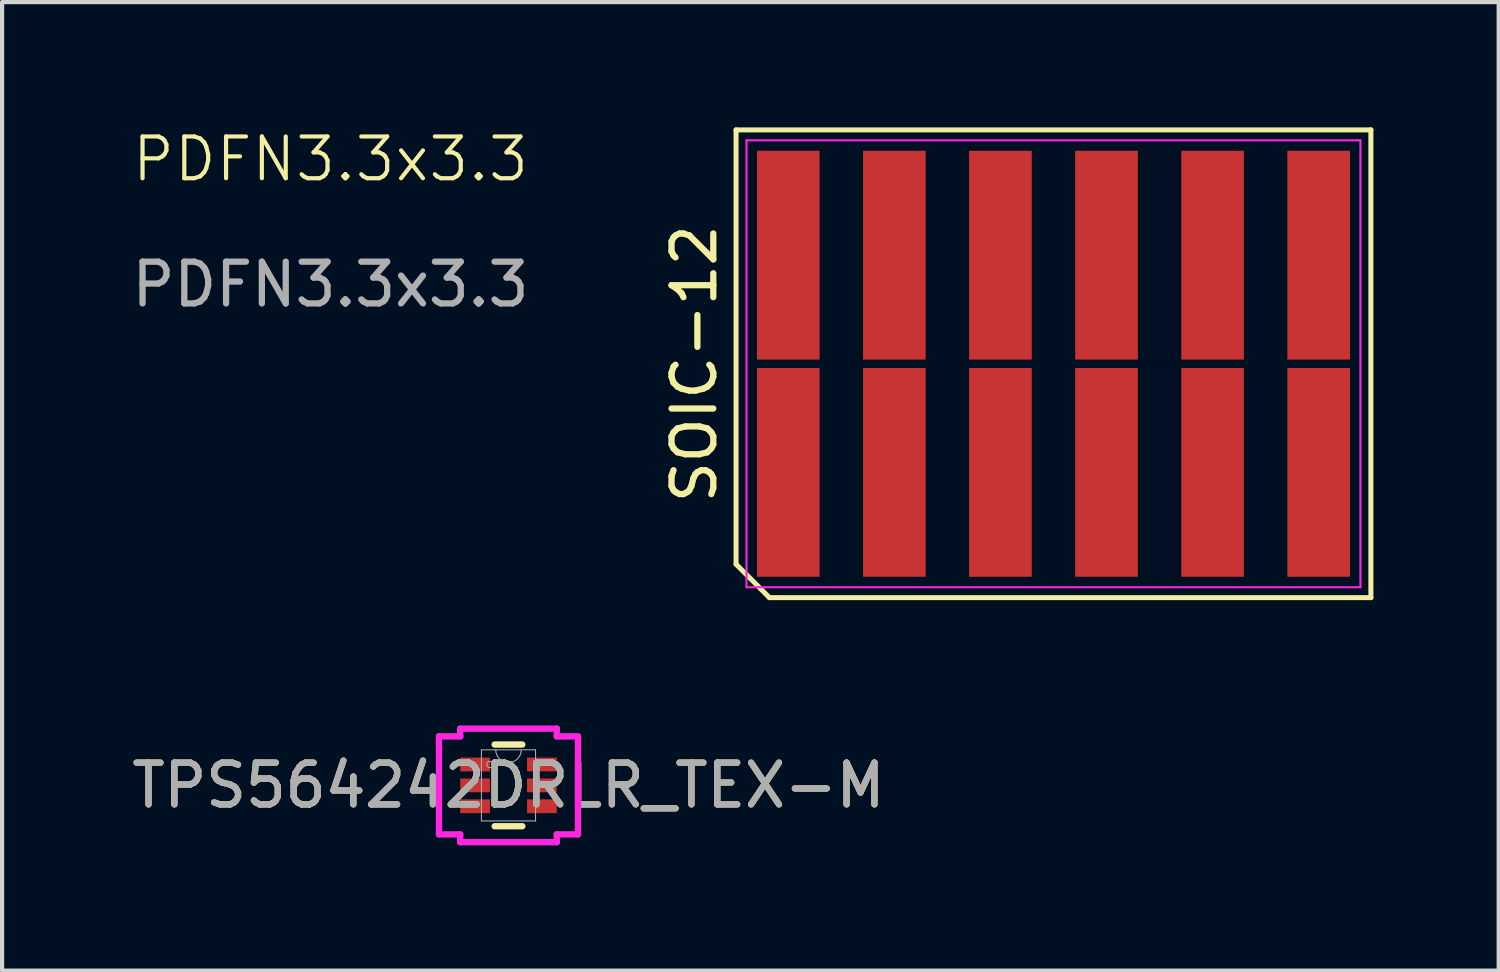
<source format=kicad_pcb>
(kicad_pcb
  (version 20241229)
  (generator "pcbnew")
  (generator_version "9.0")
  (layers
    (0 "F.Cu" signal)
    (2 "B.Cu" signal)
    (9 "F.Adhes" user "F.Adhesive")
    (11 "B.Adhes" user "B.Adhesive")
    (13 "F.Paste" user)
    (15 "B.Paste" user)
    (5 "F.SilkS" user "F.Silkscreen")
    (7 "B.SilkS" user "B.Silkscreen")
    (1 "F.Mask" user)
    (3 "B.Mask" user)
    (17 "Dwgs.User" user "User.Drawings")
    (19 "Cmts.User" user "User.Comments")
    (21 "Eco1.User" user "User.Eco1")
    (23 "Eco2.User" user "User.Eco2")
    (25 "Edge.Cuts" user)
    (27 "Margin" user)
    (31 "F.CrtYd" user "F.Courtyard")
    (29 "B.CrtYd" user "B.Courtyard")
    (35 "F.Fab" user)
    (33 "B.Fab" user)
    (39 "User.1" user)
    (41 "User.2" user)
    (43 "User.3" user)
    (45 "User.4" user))
  (footprint "TPS564242DRLR_TEX-M"
    (layer "F.Cu")
    (at 9.125 15.755)
    (property "Reference" "TPS564242DRLR_TEX-M" (at 0 0 0) (unlocked yes) (layer "F.SilkS") (effects (font (size 1 1) (thickness 0.15))))
    (attr smd)
    (fp_line (start -0.331 0.978) (end 0.331 0.978) (stroke (width 0.152) (type solid)) (layer "F.SilkS"))
    (fp_line (start 0.331 -0.978) (end -0.331 -0.978) (stroke (width 0.152) (type solid)) (layer "F.SilkS"))
    (fp_line (start -1.664 -1.173) (end -1.156 -1.173) (stroke (width 0.152) (type solid)) (layer "F.CrtYd"))
    (fp_line (start -1.664 1.173) (end -1.664 -1.173) (stroke (width 0.152) (type solid)) (layer "F.CrtYd"))
    (fp_line (start -1.156 -1.359) (end 1.156 -1.359) (stroke (width 0.152) (type solid)) (layer "F.CrtYd"))
    (fp_line (start -1.156 -1.173) (end -1.156 -1.359) (stroke (width 0.152) (type solid)) (layer "F.CrtYd"))
    (fp_line (start -1.156 1.173) (end -1.664 1.173) (stroke (width 0.152) (type solid)) (layer "F.CrtYd"))
    (fp_line (start -1.156 1.359) (end -1.156 1.173) (stroke (width 0.152) (type solid)) (layer "F.CrtYd"))
    (fp_line (start 1.156 -1.359) (end 1.156 -1.173) (stroke (width 0.152) (type solid)) (layer "F.CrtYd"))
    (fp_line (start 1.156 -1.173) (end 1.664 -1.173) (stroke (width 0.152) (type solid)) (layer "F.CrtYd"))
    (fp_line (start 1.156 1.173) (end 1.156 1.359) (stroke (width 0.152) (type solid)) (layer "F.CrtYd"))
    (fp_line (start 1.156 1.359) (end -1.156 1.359) (stroke (width 0.152) (type solid)) (layer "F.CrtYd"))
    (fp_line (start 1.664 -1.173) (end 1.664 1.173) (stroke (width 0.152) (type solid)) (layer "F.CrtYd"))
    (fp_line (start 1.664 1.173) (end 1.156 1.173) (stroke (width 0.152) (type solid)) (layer "F.CrtYd"))
    (fp_line (start -0.648 -0.851) (end -0.648 0.851) (stroke (width 0.025) (type solid)) (layer "F.Fab"))
    (fp_line (start -0.648 0.851) (end 0.648 0.851) (stroke (width 0.025) (type solid)) (layer "F.Fab"))
    (fp_line (start 0.648 -0.851) (end -0.648 -0.851) (stroke (width 0.025) (type solid)) (layer "F.Fab"))
    (fp_line (start 0.648 0.851) (end 0.648 -0.851) (stroke (width 0.025) (type solid)) (layer "F.Fab"))
    (fp_arc (start 0.3048 -0.8509) (mid 0 -0.5461) (end -0.3048 -0.8509) (stroke (width 0.0254) (type solid)) (layer "F.Fab"))
    (fp_circle (center -0.445 -0.5) (end -0.368 -0.5) (stroke (width 0.025) (type solid)) (fill no) (layer "F.Fab"))
    (fp_text user "${REFERENCE}" (at 0 0 0) (unlocked yes) (layer "F.Fab") (effects (font (size 1 1) (thickness 0.15))))
    (pad "1" smd rect (at -0.8 -0.5) (size 0.711 0.33) (layers "F.Cu" "F.Mask" "F.Paste"))
    (pad "2" smd rect (at -0.8 0) (size 0.711 0.33) (layers "F.Cu" "F.Mask" "F.Paste"))
    (pad "3" smd rect (at -0.8 0.5) (size 0.711 0.33) (layers "F.Cu" "F.Mask" "F.Paste"))
    (pad "4" smd rect (at 0.8 0.5) (size 0.711 0.33) (layers "F.Cu" "F.Mask" "F.Paste"))
    (pad "5" smd rect (at 0.8 0) (size 0.711 0.33) (layers "F.Cu" "F.Mask" "F.Paste"))
    (pad "6" smd rect (at 0.8 -0.5) (size 0.711 0.33) (layers "F.Cu" "F.Mask" "F.Paste")))
  (footprint "SOIC-12"
    (layer "F.Cu")
    (at 22.174 5.66)
    (property "Reference" "SOIC-12" (at -8.6 0 90) (layer "F.SilkS") (effects (font (size 1 1) (thickness 0.15))))
    (attr smd)
    (fp_line (start -7.6 -5.6) (end 7.6 -5.6) (stroke (width 0.12) (type default)) (layer "F.SilkS"))
    (fp_line (start -7.6 4.8) (end -7.6 -5.6) (stroke (width 0.12) (type default)) (layer "F.SilkS"))
    (fp_line (start -6.8 5.6) (end -7.6 4.8) (stroke (width 0.12) (type default)) (layer "F.SilkS"))
    (fp_line (start 7.6 -5.6) (end 7.6 5.6) (stroke (width 0.12) (type default)) (layer "F.SilkS"))
    (fp_line (start 7.6 5.6) (end -6.8 5.6) (stroke (width 0.12) (type default)) (layer "F.SilkS"))
    (fp_line (start -7.35 -5.35) (end 7.35 -5.35) (stroke (width 0.05) (type default)) (layer "F.CrtYd"))
    (fp_line (start -7.35 5.35) (end -7.35 -5.35) (stroke (width 0.05) (type default)) (layer "F.CrtYd"))
    (fp_line (start 7.35 -5.35) (end 7.35 5.35) (stroke (width 0.05) (type default)) (layer "F.CrtYd"))
    (fp_line (start 7.35 5.35) (end -7.35 5.35) (stroke (width 0.05) (type default)) (layer "F.CrtYd"))
    (pad "1" smd rect (at -6.35 2.6) (size 1.5 5) (layers "F.Cu" "F.Mask" "F.Paste"))
    (pad "2" smd rect (at -3.81 2.6) (size 1.5 5) (layers "F.Cu" "F.Mask" "F.Paste"))
    (pad "3" smd rect (at -1.27 2.6) (size 1.5 5) (layers "F.Cu" "F.Mask" "F.Paste"))
    (pad "4" smd rect (at 1.27 2.6) (size 1.5 5) (layers "F.Cu" "F.Mask" "F.Paste"))
    (pad "5" smd rect (at 3.81 2.6) (size 1.5 5) (layers "F.Cu" "F.Mask" "F.Paste"))
    (pad "6" smd rect (at 6.35 2.6) (size 1.5 5) (layers "F.Cu" "F.Mask" "F.Paste"))
    (pad "7" smd rect (at 6.35 -2.6) (size 1.5 5) (layers "F.Cu" "F.Mask" "F.Paste"))
    (pad "8" smd rect (at 3.81 -2.6) (size 1.5 5) (layers "F.Cu" "F.Mask" "F.Paste"))
    (pad "9" smd rect (at 1.27 -2.6) (size 1.5 5) (layers "F.Cu" "F.Mask" "F.Paste"))
    (pad "10" smd rect (at -1.27 -2.6) (size 1.5 5) (layers "F.Cu" "F.Mask" "F.Paste"))
    (pad "11" smd rect (at -3.81 -2.6) (size 1.5 5) (layers "F.Cu" "F.Mask" "F.Paste"))
    (pad "12" smd rect (at -6.35 -2.6) (size 1.5 5) (layers "F.Cu" "F.Mask" "F.Paste")))
  (footprint "PDFN3.3x3.3"
    (layer "F.Cu")
    (at 4.863 1.26)
    (property "Reference" "PDFN3.3x3.3" (at 0 -0.5 0) (unlocked yes) (layer "F.SilkS") (effects (font (size 1 1) (thickness 0.1))))
    (attr smd)
    (fp_text user "${REFERENCE}" (at 0 2.5 0) (unlocked yes) (layer "F.Fab") (effects (font (size 1 1) (thickness 0.15)))))
  (gr_rect
    (start -3 -3)
    (end 32.834 20.19)
    (stroke (width 0.1) (type default))
    (fill no)
    (layer "Edge.Cuts")))
</source>
